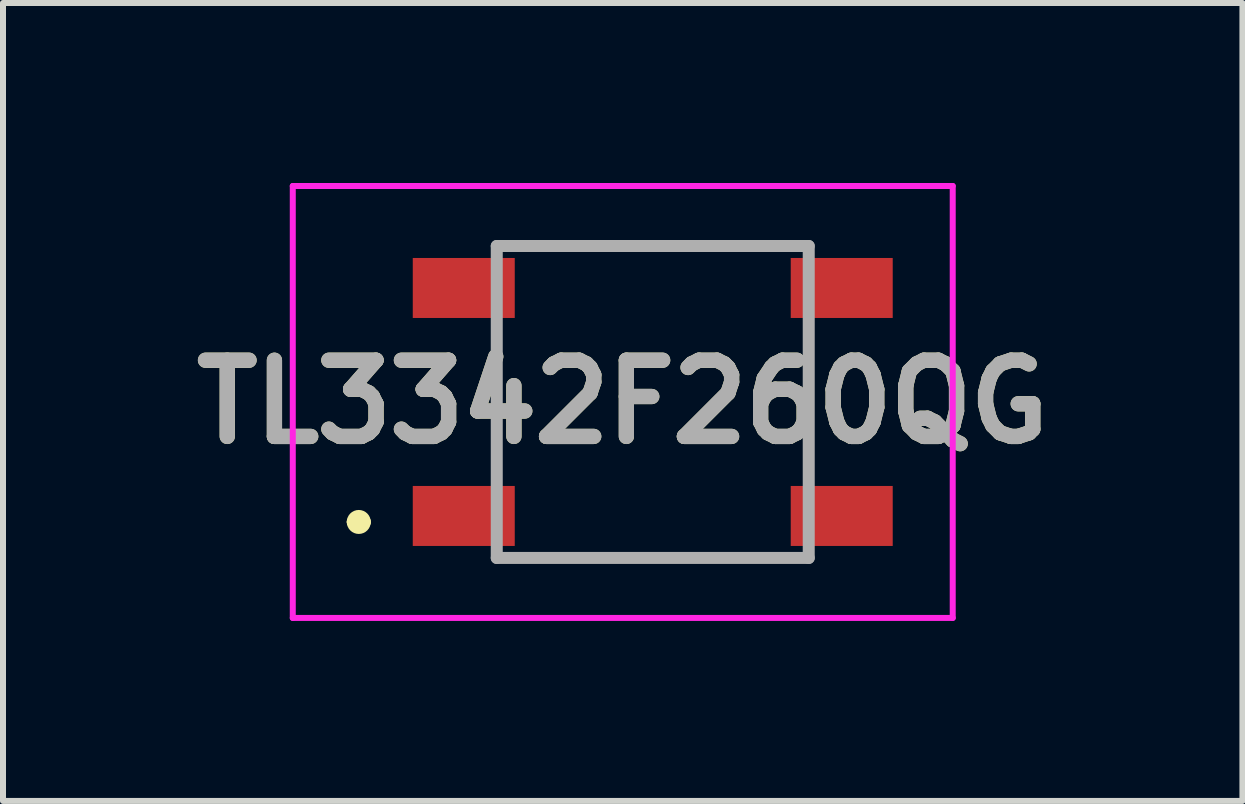
<source format=kicad_pcb>
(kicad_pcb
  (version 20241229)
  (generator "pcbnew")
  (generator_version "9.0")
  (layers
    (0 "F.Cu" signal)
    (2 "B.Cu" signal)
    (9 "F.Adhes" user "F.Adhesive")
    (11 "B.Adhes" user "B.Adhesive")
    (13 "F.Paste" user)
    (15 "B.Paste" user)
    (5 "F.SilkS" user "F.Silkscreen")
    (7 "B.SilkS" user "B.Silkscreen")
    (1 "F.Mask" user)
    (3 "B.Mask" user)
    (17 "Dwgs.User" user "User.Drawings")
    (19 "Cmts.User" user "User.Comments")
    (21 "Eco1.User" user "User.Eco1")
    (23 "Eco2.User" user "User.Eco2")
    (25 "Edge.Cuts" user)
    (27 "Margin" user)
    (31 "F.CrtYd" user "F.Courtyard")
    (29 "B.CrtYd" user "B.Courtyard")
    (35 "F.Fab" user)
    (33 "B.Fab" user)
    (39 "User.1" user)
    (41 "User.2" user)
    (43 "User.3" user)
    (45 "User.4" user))
  (footprint "TL3342F260QG"
    (layer "F.Cu")
    (at 7.83 3.65)
    (property "Reference" "TL3342F260QG" (at -0.5 0 0) (layer "F.SilkS") (effects (font (size 1.27 1.27) (thickness 0.254))))
    (attr smd)
    (fp_line (start -5 2) (end -5 2) (stroke (width 0.2) (type solid)) (layer "F.SilkS"))
    (fp_line (start -4.8 2) (end -4.8 2) (stroke (width 0.2) (type solid)) (layer "F.SilkS"))
    (fp_line (start -2.6 -1) (end -2.6 0.8) (stroke (width 0.1) (type solid)) (layer "F.SilkS"))
    (fp_line (start -2 -2.6) (end 2 -2.6) (stroke (width 0.1) (type solid)) (layer "F.SilkS"))
    (fp_line (start -2 2.6) (end 1.8 2.6) (stroke (width 0.1) (type solid)) (layer "F.SilkS"))
    (fp_line (start 2.6 -1) (end 2.6 0.8) (stroke (width 0.1) (type solid)) (layer "F.SilkS"))
    (fp_arc (start -5 2) (mid -4.9 1.9) (end -4.8 2) (stroke (width 0.2) (type solid)) (layer "F.SilkS"))
    (fp_arc (start -4.8 2) (mid -4.9 2.1) (end -5 2) (stroke (width 0.2) (type solid)) (layer "F.SilkS"))
    (fp_line (start -6 -3.6) (end 5 -3.6) (stroke (width 0.1) (type solid)) (layer "F.CrtYd"))
    (fp_line (start -6 3.6) (end -6 -3.6) (stroke (width 0.1) (type solid)) (layer "F.CrtYd"))
    (fp_line (start 5 -3.6) (end 5 3.6) (stroke (width 0.1) (type solid)) (layer "F.CrtYd"))
    (fp_line (start 5 3.6) (end -6 3.6) (stroke (width 0.1) (type solid)) (layer "F.CrtYd"))
    (fp_line (start -2.6 -2.6) (end 2.6 -2.6) (stroke (width 0.2) (type solid)) (layer "F.Fab"))
    (fp_line (start -2.6 2.6) (end -2.6 -2.6) (stroke (width 0.2) (type solid)) (layer "F.Fab"))
    (fp_line (start 2.6 -2.6) (end 2.6 2.6) (stroke (width 0.2) (type solid)) (layer "F.Fab"))
    (fp_line (start 2.6 2.6) (end -2.6 2.6) (stroke (width 0.2) (type solid)) (layer "F.Fab"))
    (fp_text user "${REFERENCE}" (at -0.5 0 0) (layer "F.Fab") (effects (font (size 1.27 1.27) (thickness 0.254))))
    (pad "1" smd rect (at -3.15 1.9 90) (size 1 1.7) (layers "F.Cu" "F.Mask" "F.Paste"))
    (pad "2" smd rect (at 3.15 1.9 90) (size 1 1.7) (layers "F.Cu" "F.Mask" "F.Paste"))
    (pad "3" smd rect (at -3.15 -1.9 90) (size 1 1.7) (layers "F.Cu" "F.Mask" "F.Paste"))
    (pad "4" smd rect (at 3.15 -1.9 90) (size 1 1.7) (layers "F.Cu" "F.Mask" "F.Paste")))
  (gr_rect
    (start -3 -3)
    (end 17.659 10.3)
    (stroke (width 0.1) (type default))
    (fill no)
    (layer "Edge.Cuts")))
</source>
